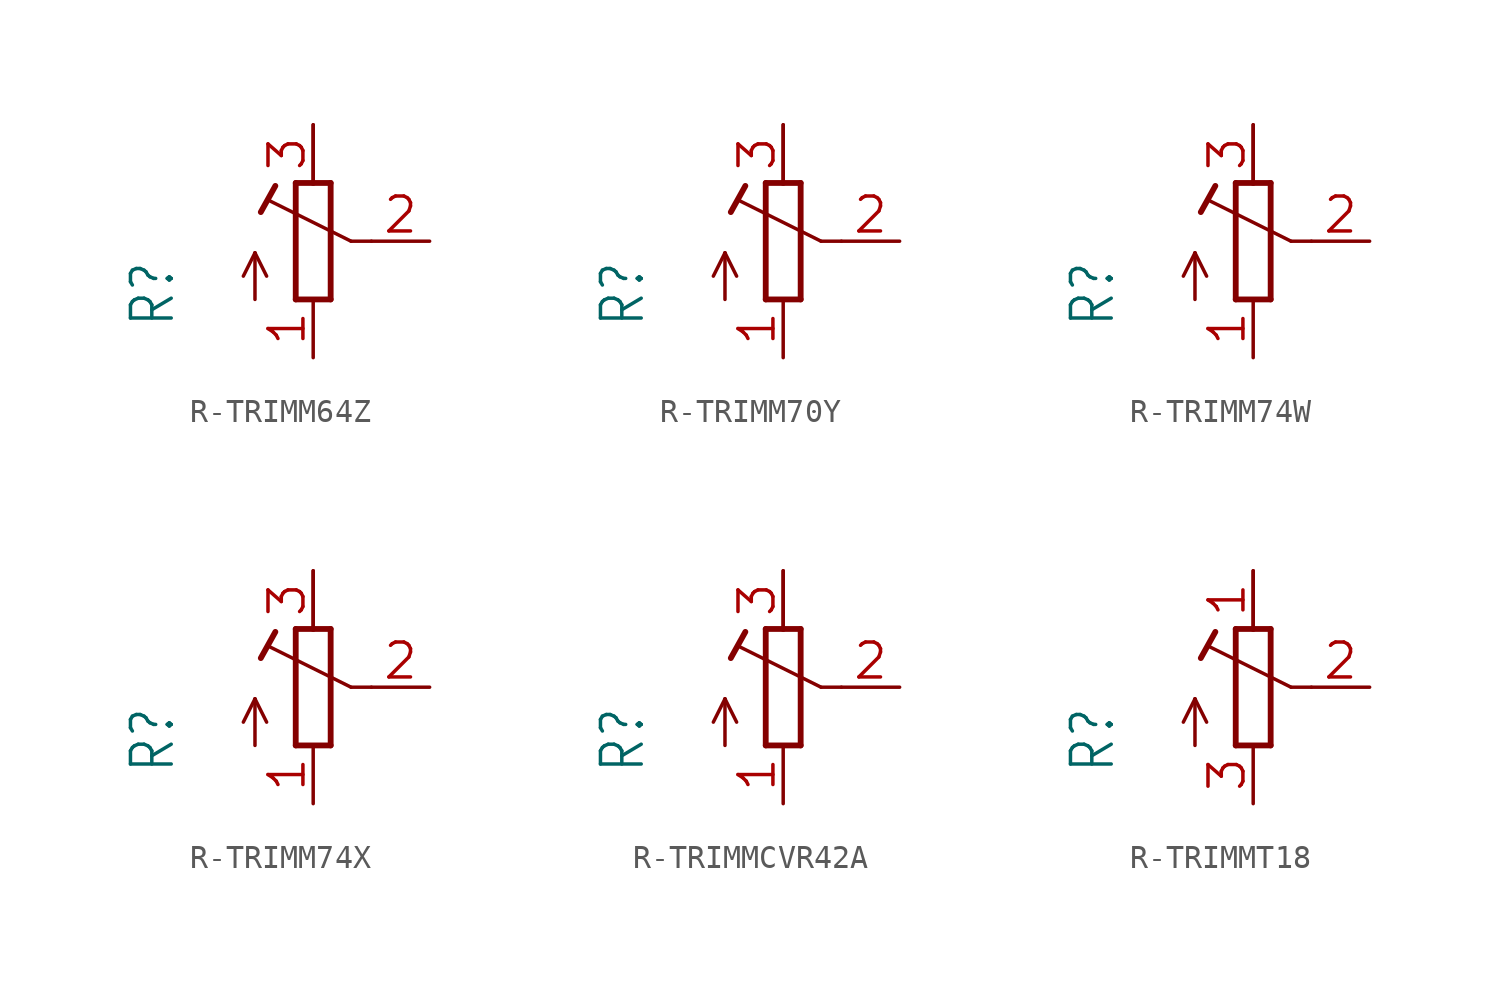
<source format=kicad_sym>
(kicad_symbol_lib
  (version 20241209)
  (generator "kicad_symbol_editor")
  (generator_version "9.0")
  (symbol "R-TRIMM64Z"
    (property "Reference" "R"
      (at -5.969 -3.81 90)
      (effects (font (size 1.778 1.511)) (justify left bottom)))
    (property "Value" ""
      (at -3.81 -3.81 90)
      (effects (font (size 1.778 1.511)) (justify left bottom)))
    (property "ki_locked" ""
      (at 0 0 0)
      (effects (font (size 1.27 1.27))))
    (symbol "R-TRIMM64Z_1_0"
      (polyline (pts (xy -2.54 -0.508) (xy -3.048 -1.524)) (stroke (width 0.152) (type solid)) (fill (type none)))
      (polyline (pts (xy -2.54 -0.508) (xy -2.032 -1.524)) (stroke (width 0.152) (type solid)) (fill (type none)))
      (polyline (pts (xy -2.54 -2.54) (xy -2.54 -0.508)) (stroke (width 0.152) (type solid)) (fill (type none)))
      (polyline (pts (xy -2.286 1.27) (xy -1.651 2.413)) (stroke (width 0.254) (type solid)) (fill (type none)))
      (polyline (pts (xy -0.762 2.54) (xy -0.762 -2.54)) (stroke (width 0.254) (type solid)) (fill (type none)))
      (polyline (pts (xy -0.762 -2.54) (xy 0.762 -2.54)) (stroke (width 0.254) (type solid)) (fill (type none)))
      (polyline (pts (xy 0 2.54) (xy -0.762 2.54)) (stroke (width 0.254) (type solid)) (fill (type none)))
      (polyline (pts (xy 0 2.54) (xy 0 5.08)) (stroke (width 0.152) (type solid)) (fill (type none)))
      (polyline (pts (xy 0.762 2.54) (xy 0 2.54)) (stroke (width 0.254) (type solid)) (fill (type none)))
      (polyline (pts (xy 0.762 -2.54) (xy 0.762 2.54)) (stroke (width 0.254) (type solid)) (fill (type none)))
      (polyline (pts (xy 1.651 0) (xy -1.88 1.753)) (stroke (width 0.152) (type solid)) (fill (type none)))
      (polyline (pts (xy 2.54 0) (xy 1.651 0)) (stroke (width 0.152) (type solid)) (fill (type none)))
      (pin passive line (at 0 5.08 270) (length 2.54) (name "A" (effects (font (size 0 0)))) (number "3" (effects (font (size 1.524 1.524)))))
      (pin passive line (at 0 -5.08 90) (length 2.54) (name "E" (effects (font (size 0 0)))) (number "1" (effects (font (size 1.524 1.524)))))
      (pin passive line (at 5.08 0 180) (length 2.54) (name "S" (effects (font (size 0 0)))) (number "2" (effects (font (size 1.524 1.524)))))))
  (symbol "R-TRIMM70Y"
    (property "Reference" "R"
      (at -5.969 -3.81 90)
      (effects (font (size 1.778 1.511)) (justify left bottom)))
    (property "Value" ""
      (at -3.81 -3.81 90)
      (effects (font (size 1.778 1.511)) (justify left bottom)))
    (property "ki_locked" ""
      (at 0 0 0)
      (effects (font (size 1.27 1.27))))
    (symbol "R-TRIMM70Y_1_0"
      (polyline (pts (xy -2.54 -0.508) (xy -3.048 -1.524)) (stroke (width 0.152) (type solid)) (fill (type none)))
      (polyline (pts (xy -2.54 -0.508) (xy -2.032 -1.524)) (stroke (width 0.152) (type solid)) (fill (type none)))
      (polyline (pts (xy -2.54 -2.54) (xy -2.54 -0.508)) (stroke (width 0.152) (type solid)) (fill (type none)))
      (polyline (pts (xy -2.286 1.27) (xy -1.651 2.413)) (stroke (width 0.254) (type solid)) (fill (type none)))
      (polyline (pts (xy -0.762 2.54) (xy -0.762 -2.54)) (stroke (width 0.254) (type solid)) (fill (type none)))
      (polyline (pts (xy -0.762 -2.54) (xy 0.762 -2.54)) (stroke (width 0.254) (type solid)) (fill (type none)))
      (polyline (pts (xy 0 2.54) (xy -0.762 2.54)) (stroke (width 0.254) (type solid)) (fill (type none)))
      (polyline (pts (xy 0 2.54) (xy 0 5.08)) (stroke (width 0.152) (type solid)) (fill (type none)))
      (polyline (pts (xy 0.762 2.54) (xy 0 2.54)) (stroke (width 0.254) (type solid)) (fill (type none)))
      (polyline (pts (xy 0.762 -2.54) (xy 0.762 2.54)) (stroke (width 0.254) (type solid)) (fill (type none)))
      (polyline (pts (xy 1.651 0) (xy -1.88 1.753)) (stroke (width 0.152) (type solid)) (fill (type none)))
      (polyline (pts (xy 2.54 0) (xy 1.651 0)) (stroke (width 0.152) (type solid)) (fill (type none)))
      (pin passive line (at 0 5.08 270) (length 2.54) (name "A" (effects (font (size 0 0)))) (number "3" (effects (font (size 1.524 1.524)))))
      (pin passive line (at 0 -5.08 90) (length 2.54) (name "E" (effects (font (size 0 0)))) (number "1" (effects (font (size 1.524 1.524)))))
      (pin passive line (at 5.08 0 180) (length 2.54) (name "S" (effects (font (size 0 0)))) (number "2" (effects (font (size 1.524 1.524)))))))
  (symbol "R-TRIMM74W"
    (property "Reference" "R"
      (at -5.969 -3.81 90)
      (effects (font (size 1.778 1.511)) (justify left bottom)))
    (property "Value" ""
      (at -3.81 -3.81 90)
      (effects (font (size 1.778 1.511)) (justify left bottom)))
    (property "ki_locked" ""
      (at 0 0 0)
      (effects (font (size 1.27 1.27))))
    (symbol "R-TRIMM74W_1_0"
      (polyline (pts (xy -2.54 -0.508) (xy -3.048 -1.524)) (stroke (width 0.152) (type solid)) (fill (type none)))
      (polyline (pts (xy -2.54 -0.508) (xy -2.032 -1.524)) (stroke (width 0.152) (type solid)) (fill (type none)))
      (polyline (pts (xy -2.54 -2.54) (xy -2.54 -0.508)) (stroke (width 0.152) (type solid)) (fill (type none)))
      (polyline (pts (xy -2.286 1.27) (xy -1.651 2.413)) (stroke (width 0.254) (type solid)) (fill (type none)))
      (polyline (pts (xy -0.762 2.54) (xy -0.762 -2.54)) (stroke (width 0.254) (type solid)) (fill (type none)))
      (polyline (pts (xy -0.762 -2.54) (xy 0.762 -2.54)) (stroke (width 0.254) (type solid)) (fill (type none)))
      (polyline (pts (xy 0 2.54) (xy -0.762 2.54)) (stroke (width 0.254) (type solid)) (fill (type none)))
      (polyline (pts (xy 0 2.54) (xy 0 5.08)) (stroke (width 0.152) (type solid)) (fill (type none)))
      (polyline (pts (xy 0.762 2.54) (xy 0 2.54)) (stroke (width 0.254) (type solid)) (fill (type none)))
      (polyline (pts (xy 0.762 -2.54) (xy 0.762 2.54)) (stroke (width 0.254) (type solid)) (fill (type none)))
      (polyline (pts (xy 1.651 0) (xy -1.88 1.753)) (stroke (width 0.152) (type solid)) (fill (type none)))
      (polyline (pts (xy 2.54 0) (xy 1.651 0)) (stroke (width 0.152) (type solid)) (fill (type none)))
      (pin passive line (at 0 5.08 270) (length 2.54) (name "A" (effects (font (size 0 0)))) (number "3" (effects (font (size 1.524 1.524)))))
      (pin passive line (at 0 -5.08 90) (length 2.54) (name "E" (effects (font (size 0 0)))) (number "1" (effects (font (size 1.524 1.524)))))
      (pin passive line (at 5.08 0 180) (length 2.54) (name "S" (effects (font (size 0 0)))) (number "2" (effects (font (size 1.524 1.524)))))))
  (symbol "R-TRIMM74X"
    (property "Reference" "R"
      (at -5.969 -3.81 90)
      (effects (font (size 1.778 1.511)) (justify left bottom)))
    (property "Value" ""
      (at -3.81 -3.81 90)
      (effects (font (size 1.778 1.511)) (justify left bottom)))
    (property "ki_locked" ""
      (at 0 0 0)
      (effects (font (size 1.27 1.27))))
    (symbol "R-TRIMM74X_1_0"
      (polyline (pts (xy -2.54 -0.508) (xy -3.048 -1.524)) (stroke (width 0.152) (type solid)) (fill (type none)))
      (polyline (pts (xy -2.54 -0.508) (xy -2.032 -1.524)) (stroke (width 0.152) (type solid)) (fill (type none)))
      (polyline (pts (xy -2.54 -2.54) (xy -2.54 -0.508)) (stroke (width 0.152) (type solid)) (fill (type none)))
      (polyline (pts (xy -2.286 1.27) (xy -1.651 2.413)) (stroke (width 0.254) (type solid)) (fill (type none)))
      (polyline (pts (xy -0.762 2.54) (xy -0.762 -2.54)) (stroke (width 0.254) (type solid)) (fill (type none)))
      (polyline (pts (xy -0.762 -2.54) (xy 0.762 -2.54)) (stroke (width 0.254) (type solid)) (fill (type none)))
      (polyline (pts (xy 0 2.54) (xy -0.762 2.54)) (stroke (width 0.254) (type solid)) (fill (type none)))
      (polyline (pts (xy 0 2.54) (xy 0 5.08)) (stroke (width 0.152) (type solid)) (fill (type none)))
      (polyline (pts (xy 0.762 2.54) (xy 0 2.54)) (stroke (width 0.254) (type solid)) (fill (type none)))
      (polyline (pts (xy 0.762 -2.54) (xy 0.762 2.54)) (stroke (width 0.254) (type solid)) (fill (type none)))
      (polyline (pts (xy 1.651 0) (xy -1.88 1.753)) (stroke (width 0.152) (type solid)) (fill (type none)))
      (polyline (pts (xy 2.54 0) (xy 1.651 0)) (stroke (width 0.152) (type solid)) (fill (type none)))
      (pin passive line (at 0 5.08 270) (length 2.54) (name "A" (effects (font (size 0 0)))) (number "3" (effects (font (size 1.524 1.524)))))
      (pin passive line (at 0 -5.08 90) (length 2.54) (name "E" (effects (font (size 0 0)))) (number "1" (effects (font (size 1.524 1.524)))))
      (pin passive line (at 5.08 0 180) (length 2.54) (name "S" (effects (font (size 0 0)))) (number "2" (effects (font (size 1.524 1.524)))))))
  (symbol "R-TRIMMCVR42A"
    (property "Reference" "R"
      (at -5.969 -3.81 90)
      (effects (font (size 1.778 1.511)) (justify left bottom)))
    (property "Value" ""
      (at -3.81 -3.81 90)
      (effects (font (size 1.778 1.511)) (justify left bottom)))
    (property "ki_locked" ""
      (at 0 0 0)
      (effects (font (size 1.27 1.27))))
    (symbol "R-TRIMMCVR42A_1_0"
      (polyline (pts (xy -2.54 -0.508) (xy -3.048 -1.524)) (stroke (width 0.152) (type solid)) (fill (type none)))
      (polyline (pts (xy -2.54 -0.508) (xy -2.032 -1.524)) (stroke (width 0.152) (type solid)) (fill (type none)))
      (polyline (pts (xy -2.54 -2.54) (xy -2.54 -0.508)) (stroke (width 0.152) (type solid)) (fill (type none)))
      (polyline (pts (xy -2.286 1.27) (xy -1.651 2.413)) (stroke (width 0.254) (type solid)) (fill (type none)))
      (polyline (pts (xy -0.762 2.54) (xy -0.762 -2.54)) (stroke (width 0.254) (type solid)) (fill (type none)))
      (polyline (pts (xy -0.762 -2.54) (xy 0.762 -2.54)) (stroke (width 0.254) (type solid)) (fill (type none)))
      (polyline (pts (xy 0 2.54) (xy -0.762 2.54)) (stroke (width 0.254) (type solid)) (fill (type none)))
      (polyline (pts (xy 0 2.54) (xy 0 5.08)) (stroke (width 0.152) (type solid)) (fill (type none)))
      (polyline (pts (xy 0.762 2.54) (xy 0 2.54)) (stroke (width 0.254) (type solid)) (fill (type none)))
      (polyline (pts (xy 0.762 -2.54) (xy 0.762 2.54)) (stroke (width 0.254) (type solid)) (fill (type none)))
      (polyline (pts (xy 1.651 0) (xy -1.88 1.753)) (stroke (width 0.152) (type solid)) (fill (type none)))
      (polyline (pts (xy 2.54 0) (xy 1.651 0)) (stroke (width 0.152) (type solid)) (fill (type none)))
      (pin passive line (at 0 5.08 270) (length 2.54) (name "A" (effects (font (size 0 0)))) (number "3" (effects (font (size 1.524 1.524)))))
      (pin passive line (at 0 -5.08 90) (length 2.54) (name "E" (effects (font (size 0 0)))) (number "1" (effects (font (size 1.524 1.524)))))
      (pin passive line (at 5.08 0 180) (length 2.54) (name "S" (effects (font (size 0 0)))) (number "2" (effects (font (size 1.524 1.524)))))))
  (symbol "R-TRIMMT18"
    (property "Reference" "R"
      (at -5.969 -3.81 90)
      (effects (font (size 1.778 1.511)) (justify left bottom)))
    (property "Value" ""
      (at -3.81 -3.81 90)
      (effects (font (size 1.778 1.511)) (justify left bottom)))
    (property "ki_locked" ""
      (at 0 0 0)
      (effects (font (size 1.27 1.27))))
    (symbol "R-TRIMMT18_1_0"
      (polyline (pts (xy -2.54 -0.508) (xy -3.048 -1.524)) (stroke (width 0.152) (type solid)) (fill (type none)))
      (polyline (pts (xy -2.54 -0.508) (xy -2.032 -1.524)) (stroke (width 0.152) (type solid)) (fill (type none)))
      (polyline (pts (xy -2.54 -2.54) (xy -2.54 -0.508)) (stroke (width 0.152) (type solid)) (fill (type none)))
      (polyline (pts (xy -2.286 1.27) (xy -1.651 2.413)) (stroke (width 0.254) (type solid)) (fill (type none)))
      (polyline (pts (xy -0.762 2.54) (xy -0.762 -2.54)) (stroke (width 0.254) (type solid)) (fill (type none)))
      (polyline (pts (xy -0.762 -2.54) (xy 0.762 -2.54)) (stroke (width 0.254) (type solid)) (fill (type none)))
      (polyline (pts (xy 0 2.54) (xy -0.762 2.54)) (stroke (width 0.254) (type solid)) (fill (type none)))
      (polyline (pts (xy 0 2.54) (xy 0 5.08)) (stroke (width 0.152) (type solid)) (fill (type none)))
      (polyline (pts (xy 0.762 2.54) (xy 0 2.54)) (stroke (width 0.254) (type solid)) (fill (type none)))
      (polyline (pts (xy 0.762 -2.54) (xy 0.762 2.54)) (stroke (width 0.254) (type solid)) (fill (type none)))
      (polyline (pts (xy 1.651 0) (xy -1.88 1.753)) (stroke (width 0.152) (type solid)) (fill (type none)))
      (polyline (pts (xy 2.54 0) (xy 1.651 0)) (stroke (width 0.152) (type solid)) (fill (type none)))
      (pin passive line (at 0 5.08 270) (length 2.54) (name "A" (effects (font (size 0 0)))) (number "1" (effects (font (size 1.524 1.524)))))
      (pin passive line (at 0 -5.08 90) (length 2.54) (name "E" (effects (font (size 0 0)))) (number "3" (effects (font (size 1.524 1.524)))))
      (pin passive line (at 5.08 0 180) (length 2.54) (name "S" (effects (font (size 0 0)))) (number "2" (effects (font (size 1.524 1.524))))))))
</source>
